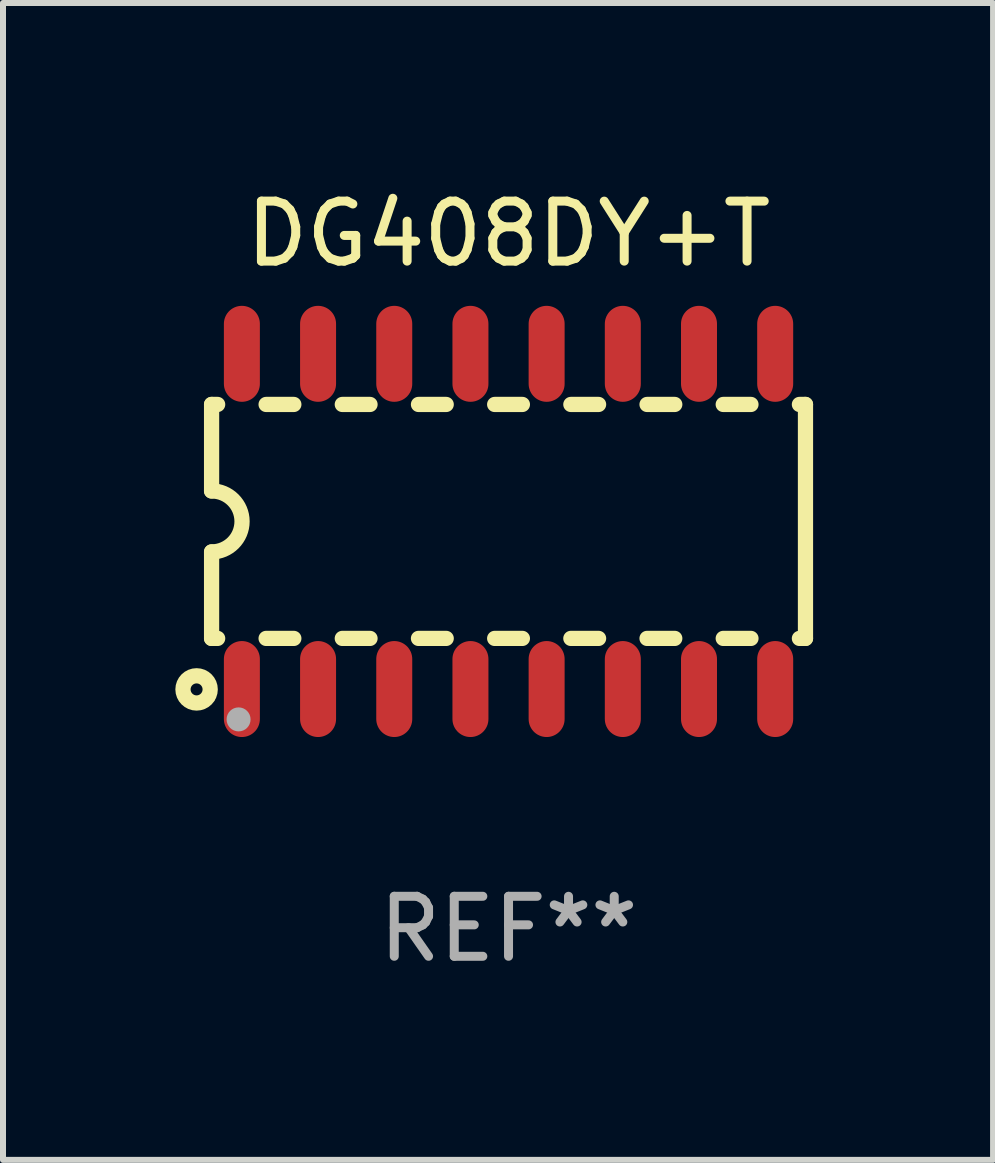
<source format=kicad_pcb>
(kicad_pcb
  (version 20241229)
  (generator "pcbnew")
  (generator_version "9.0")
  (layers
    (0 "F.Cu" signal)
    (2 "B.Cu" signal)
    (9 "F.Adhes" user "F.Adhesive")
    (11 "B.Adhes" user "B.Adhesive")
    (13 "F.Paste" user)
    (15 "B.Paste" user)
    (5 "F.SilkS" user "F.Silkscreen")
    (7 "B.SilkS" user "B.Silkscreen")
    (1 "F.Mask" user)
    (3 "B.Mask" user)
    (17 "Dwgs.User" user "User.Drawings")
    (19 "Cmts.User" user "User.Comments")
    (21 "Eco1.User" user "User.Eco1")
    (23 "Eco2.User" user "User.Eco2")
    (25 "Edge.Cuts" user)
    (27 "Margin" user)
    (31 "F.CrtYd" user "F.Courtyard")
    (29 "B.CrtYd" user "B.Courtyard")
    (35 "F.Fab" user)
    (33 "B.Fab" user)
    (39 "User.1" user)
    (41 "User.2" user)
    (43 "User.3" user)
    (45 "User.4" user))
  (footprint "DG408DY+T"
    (layer "F.Cu")
    (at 5.427 5.642)
    (property "Reference" "DG408DY+T" (at 0 -4.794 0) (layer "F.SilkS") (effects (font (size 1 1) (thickness 0.15))))
    (attr through_hole)
    (fp_line (start -4.95 -1.95) (end -4.95 -0.508) (stroke (width 0.254) (type solid)) (layer "F.SilkS"))
    (fp_line (start -4.95 -1.95) (end -4.849 -1.95) (stroke (width 0.254) (type solid)) (layer "F.SilkS"))
    (fp_line (start -4.95 1.95) (end -4.95 0.508) (stroke (width 0.254) (type solid)) (layer "F.SilkS"))
    (fp_line (start -4.95 1.95) (end -4.849 1.95) (stroke (width 0.254) (type solid)) (layer "F.SilkS"))
    (fp_line (start -4.041 -1.95) (end -3.579 -1.95) (stroke (width 0.254) (type solid)) (layer "F.SilkS"))
    (fp_line (start -4.041 1.95) (end -3.579 1.95) (stroke (width 0.254) (type solid)) (layer "F.SilkS"))
    (fp_line (start -2.771 -1.95) (end -2.309 -1.95) (stroke (width 0.254) (type solid)) (layer "F.SilkS"))
    (fp_line (start -2.771 1.95) (end -2.309 1.95) (stroke (width 0.254) (type solid)) (layer "F.SilkS"))
    (fp_line (start -1.501 -1.95) (end -1.039 -1.95) (stroke (width 0.254) (type solid)) (layer "F.SilkS"))
    (fp_line (start -1.501 1.95) (end -1.039 1.95) (stroke (width 0.254) (type solid)) (layer "F.SilkS"))
    (fp_line (start -0.231 -1.95) (end 0.231 -1.95) (stroke (width 0.254) (type solid)) (layer "F.SilkS"))
    (fp_line (start -0.231 1.95) (end 0.231 1.95) (stroke (width 0.254) (type solid)) (layer "F.SilkS"))
    (fp_line (start 1.039 -1.95) (end 1.501 -1.95) (stroke (width 0.254) (type solid)) (layer "F.SilkS"))
    (fp_line (start 1.039 1.95) (end 1.501 1.95) (stroke (width 0.254) (type solid)) (layer "F.SilkS"))
    (fp_line (start 2.309 -1.95) (end 2.771 -1.95) (stroke (width 0.254) (type solid)) (layer "F.SilkS"))
    (fp_line (start 2.309 1.95) (end 2.771 1.95) (stroke (width 0.254) (type solid)) (layer "F.SilkS"))
    (fp_line (start 3.579 -1.95) (end 4.041 -1.95) (stroke (width 0.254) (type solid)) (layer "F.SilkS"))
    (fp_line (start 3.579 1.95) (end 4.041 1.95) (stroke (width 0.254) (type solid)) (layer "F.SilkS"))
    (fp_line (start 4.849 -1.95) (end 4.95 -1.95) (stroke (width 0.254) (type solid)) (layer "F.SilkS"))
    (fp_line (start 4.849 1.95) (end 4.95 1.95) (stroke (width 0.254) (type solid)) (layer "F.SilkS"))
    (fp_line (start 4.95 -1.95) (end 4.95 1.95) (stroke (width 0.254) (type solid)) (layer "F.SilkS"))
    (fp_arc (start -4.95047 -0.508001) (mid -4.442469 -0.000228) (end -4.950013 0.508001) (stroke (width 0.254001) (type solid)) (layer "F.SilkS"))
    (fp_circle (center -5.2 2.8) (end -5.1 2.8) (stroke (width 0.254) (type solid)) (fill no) (layer "F.SilkS"))
    (fp_circle (center -4.95 2.947) (end -4.92 2.947) (stroke (width 0.06) (type solid)) (fill no) (layer "F.SilkS"))
    (fp_circle (center -4.5 3.3) (end -4.4 3.3) (stroke (width 0.2) (type solid)) (fill no) (layer "F.Fab"))
    (fp_text user "REF**" (at 0 6.794 0) (layer "F.Fab") (effects (font (size 1 1) (thickness 0.15))))
    (pad "1" smd oval (at -4.445 2.794) (size 0.6 1.6) (layers "F.Cu" "F.Mask" "F.Paste"))
    (pad "2" smd oval (at -3.175 2.794) (size 0.6 1.6) (layers "F.Cu" "F.Mask" "F.Paste"))
    (pad "3" smd oval (at -1.905 2.794) (size 0.6 1.6) (layers "F.Cu" "F.Mask" "F.Paste"))
    (pad "4" smd oval (at -0.635 2.794) (size 0.6 1.6) (layers "F.Cu" "F.Mask" "F.Paste"))
    (pad "5" smd oval (at 0.635 2.794) (size 0.6 1.6) (layers "F.Cu" "F.Mask" "F.Paste"))
    (pad "6" smd oval (at 1.905 2.794) (size 0.6 1.6) (layers "F.Cu" "F.Mask" "F.Paste"))
    (pad "7" smd oval (at 3.175 2.794) (size 0.6 1.6) (layers "F.Cu" "F.Mask" "F.Paste"))
    (pad "8" smd oval (at 4.445 2.794) (size 0.6 1.6) (layers "F.Cu" "F.Mask" "F.Paste"))
    (pad "9" smd oval (at 4.445 -2.794) (size 0.6 1.6) (layers "F.Cu" "F.Mask" "F.Paste"))
    (pad "10" smd oval (at 3.175 -2.794) (size 0.6 1.6) (layers "F.Cu" "F.Mask" "F.Paste"))
    (pad "11" smd oval (at 1.905 -2.794) (size 0.6 1.6) (layers "F.Cu" "F.Mask" "F.Paste"))
    (pad "12" smd oval (at 0.635 -2.794) (size 0.6 1.6) (layers "F.Cu" "F.Mask" "F.Paste"))
    (pad "13" smd oval (at -0.635 -2.794) (size 0.6 1.6) (layers "F.Cu" "F.Mask" "F.Paste"))
    (pad "14" smd oval (at -1.905 -2.794) (size 0.6 1.6) (layers "F.Cu" "F.Mask" "F.Paste"))
    (pad "15" smd oval (at -3.175 -2.794) (size 0.6 1.6) (layers "F.Cu" "F.Mask" "F.Paste"))
    (pad "16" smd oval (at -4.445 -2.794) (size 0.6 1.6) (layers "F.Cu" "F.Mask" "F.Paste")))
  (gr_rect
    (start -3 -3)
    (end 13.504 16.285)
    (stroke (width 0.1) (type default))
    (fill no)
    (layer "Edge.Cuts")))
</source>
